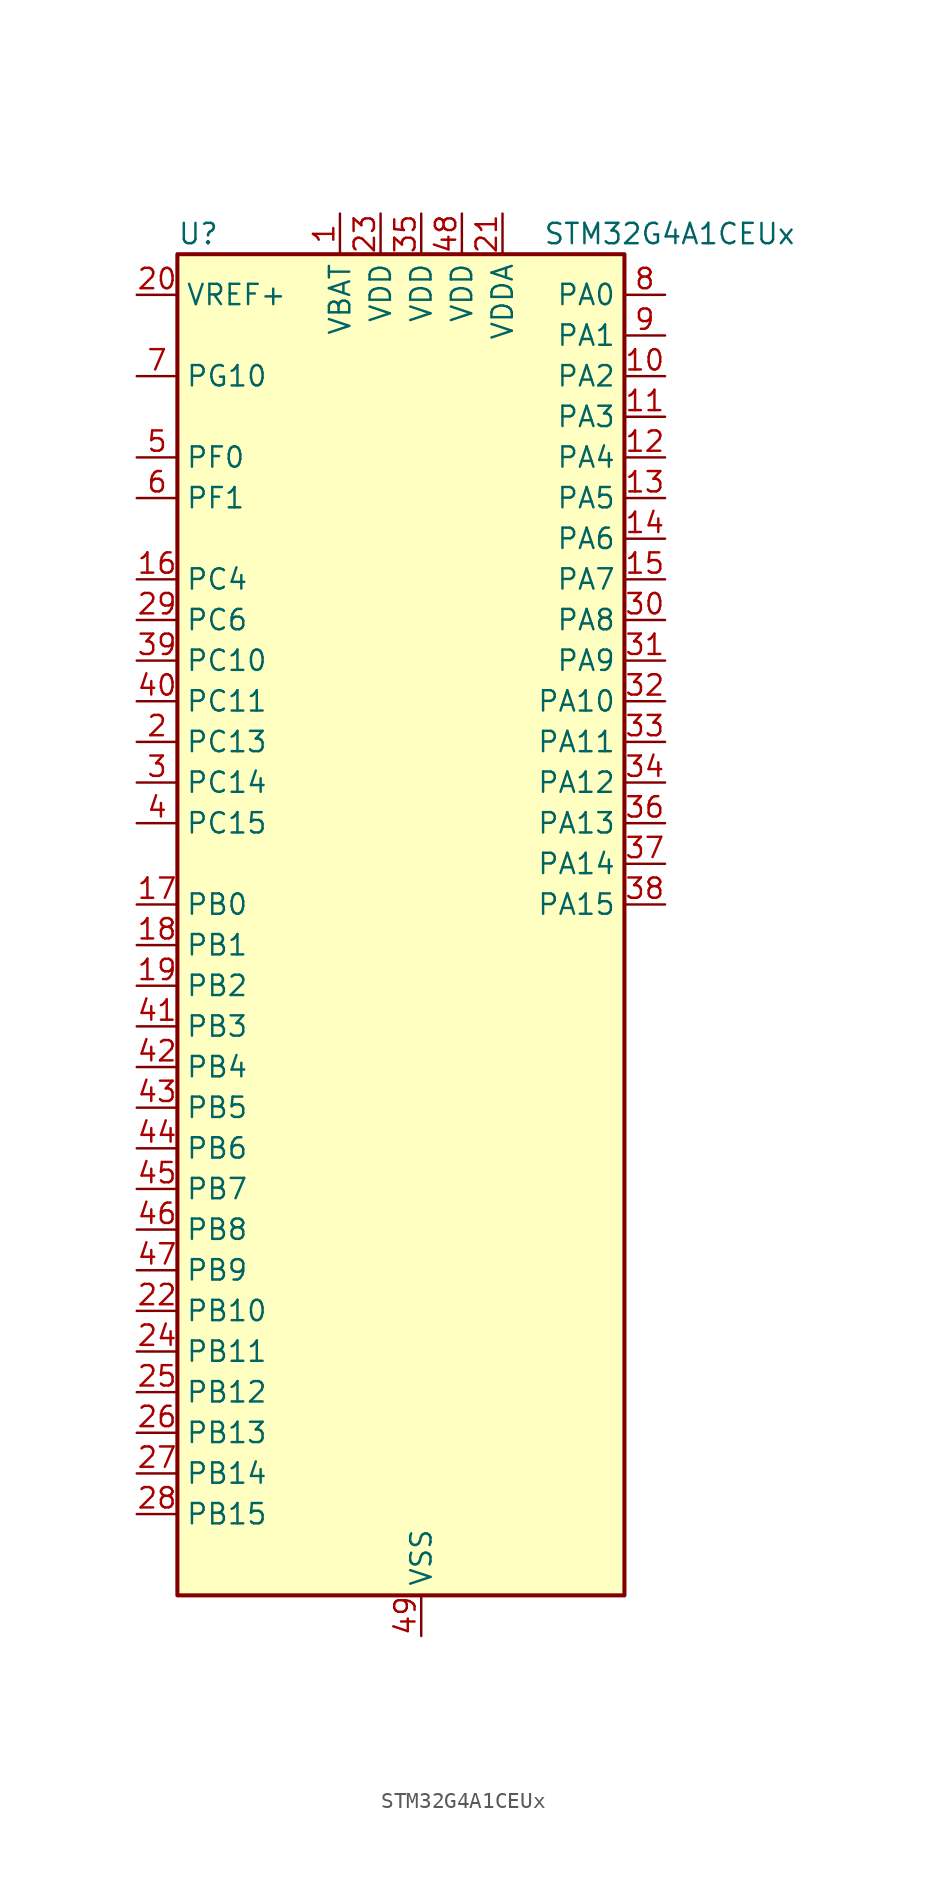
<source format=kicad_sym>
(kicad_symbol_lib
  (version 20231120)
  (generator "kicad_symbol_editor")
  (generator_version "8.0")
  (symbol "STM32G4A1CEUx"
    (property "Reference" "U"
      (at -12.7 44.45 0)
      (effects (font (size 1.27 1.27)) (justify left)))
    (property "Value" "STM32G4A1CEUx"
      (at 10.16 44.45 0)
      (effects (font (size 1.27 1.27)) (justify left)))
    (property "ki_locked" ""
      (at 0 0 0)
      (effects (font (size 1.27 1.27))))
    (symbol "STM32G4A1CEUx_0_1"
      (rectangle (start -12.7 -40.64) (end 15.24 43.18) (stroke (width 0.254) (type default)) (fill (type background))))
    (symbol "STM32G4A1CEUx_1_1"
      (pin power_in line (at -2.54 45.72 270) (length 2.54) (name "VBAT" (effects (font (size 1.27 1.27)))) (number "1" (effects (font (size 1.27 1.27)))))
      (pin bidirectional line (at 17.78 35.56 180) (length 2.54) (name "PA2" (effects (font (size 1.27 1.27)))) (number "10" (effects (font (size 1.27 1.27)))) (alternate "ADC1_IN3" bidirectional line) (alternate "ADC3_EXTI2" bidirectional line) (alternate "COMP2_INM" bidirectional line) (alternate "COMP2_OUT" bidirectional line) (alternate "LPUART1_TX" bidirectional line) (alternate "OPAMP1_VOUT" bidirectional line) (alternate "QUADSPI1_BK1_NCS" bidirectional line) (alternate "RCC_LSCO" bidirectional line) (alternate "SYS_WKUP4" bidirectional line) (alternate "TIM15_CH1" bidirectional line) (alternate "TIM2_CH3" bidirectional line) (alternate "UCPD1_FRSTX1" bidirectional line) (alternate "UCPD1_FRSTX2" bidirectional line) (alternate "USART2_TX" bidirectional line))
      (pin bidirectional line (at 17.78 33.02 180) (length 2.54) (name "PA3" (effects (font (size 1.27 1.27)))) (number "11" (effects (font (size 1.27 1.27)))) (alternate "ADC1_IN4" bidirectional line) (alternate "ADC3_EXTI3" bidirectional line) (alternate "COMP2_INP" bidirectional line) (alternate "LPUART1_RX" bidirectional line) (alternate "OPAMP1_VINM" bidirectional line) (alternate "OPAMP1_VINM0" bidirectional line) (alternate "OPAMP1_VINM_SEC" bidirectional line) (alternate "OPAMP1_VINP" bidirectional line) (alternate "OPAMP1_VINP_SEC" bidirectional line) (alternate "QUADSPI1_CLK" bidirectional line) (alternate "SAI1_CK1" bidirectional line) (alternate "SAI1_MCLK_A" bidirectional line) (alternate "TIM15_CH2" bidirectional line) (alternate "TIM2_CH4" bidirectional line) (alternate "USART2_RX" bidirectional line))
      (pin bidirectional line (at 17.78 30.48 180) (length 2.54) (name "PA4" (effects (font (size 1.27 1.27)))) (number "12" (effects (font (size 1.27 1.27)))) (alternate "ADC2_IN17" bidirectional line) (alternate "COMP1_INM" bidirectional line) (alternate "DAC1_OUT1" bidirectional line) (alternate "I2S3_WS" bidirectional line) (alternate "SAI1_FS_B" bidirectional line) (alternate "SPI1_NSS" bidirectional line) (alternate "SPI3_NSS" bidirectional line) (alternate "TIM3_CH2" bidirectional line) (alternate "USART2_CK" bidirectional line))
      (pin bidirectional line (at 17.78 27.94 180) (length 2.54) (name "PA5" (effects (font (size 1.27 1.27)))) (number "13" (effects (font (size 1.27 1.27)))) (alternate "ADC2_IN13" bidirectional line) (alternate "COMP2_INM" bidirectional line) (alternate "DAC1_OUT2" bidirectional line) (alternate "OPAMP2_VINM" bidirectional line) (alternate "OPAMP2_VINM0" bidirectional line) (alternate "OPAMP2_VINM_SEC" bidirectional line) (alternate "SPI1_SCK" bidirectional line) (alternate "TIM2_CH1" bidirectional line) (alternate "TIM2_ETR" bidirectional line) (alternate "UCPD1_FRSTX1" bidirectional line) (alternate "UCPD1_FRSTX2" bidirectional line))
      (pin bidirectional line (at 17.78 25.4 180) (length 2.54) (name "PA6" (effects (font (size 1.27 1.27)))) (number "14" (effects (font (size 1.27 1.27)))) (alternate "ADC2_IN3" bidirectional line) (alternate "COMP1_OUT" bidirectional line) (alternate "LPUART1_CTS" bidirectional line) (alternate "OPAMP2_VOUT" bidirectional line) (alternate "QUADSPI1_BK1_IO3" bidirectional line) (alternate "SPI1_MISO" bidirectional line) (alternate "TIM16_CH1" bidirectional line) (alternate "TIM1_BKIN" bidirectional line) (alternate "TIM3_CH1" bidirectional line) (alternate "TIM8_BKIN" bidirectional line))
      (pin bidirectional line (at 17.78 22.86 180) (length 2.54) (name "PA7" (effects (font (size 1.27 1.27)))) (number "15" (effects (font (size 1.27 1.27)))) (alternate "ADC2_IN4" bidirectional line) (alternate "COMP2_INP" bidirectional line) (alternate "COMP2_OUT" bidirectional line) (alternate "OPAMP1_VINP" bidirectional line) (alternate "OPAMP1_VINP_SEC" bidirectional line) (alternate "OPAMP2_VINP" bidirectional line) (alternate "OPAMP2_VINP_SEC" bidirectional line) (alternate "QUADSPI1_BK1_IO2" bidirectional line) (alternate "SPI1_MOSI" bidirectional line) (alternate "TIM17_CH1" bidirectional line) (alternate "TIM1_CH1N" bidirectional line) (alternate "TIM3_CH2" bidirectional line) (alternate "TIM8_CH1N" bidirectional line) (alternate "UCPD1_FRSTX1" bidirectional line) (alternate "UCPD1_FRSTX2" bidirectional line))
      (pin bidirectional line (at -15.24 22.86 0) (length 2.54) (name "PC4" (effects (font (size 1.27 1.27)))) (number "16" (effects (font (size 1.27 1.27)))) (alternate "ADC2_IN5" bidirectional line) (alternate "I2C2_SCL" bidirectional line) (alternate "QUADSPI1_BK2_IO3" bidirectional line) (alternate "TIM1_ETR" bidirectional line) (alternate "USART1_TX" bidirectional line))
      (pin bidirectional line (at -15.24 2.54 0) (length 2.54) (name "PB0" (effects (font (size 1.27 1.27)))) (number "17" (effects (font (size 1.27 1.27)))) (alternate "ADC1_IN15" bidirectional line) (alternate "ADC3_IN12" bidirectional line) (alternate "COMP4_INP" bidirectional line) (alternate "OPAMP2_VINP" bidirectional line) (alternate "OPAMP2_VINP_SEC" bidirectional line) (alternate "OPAMP3_VINP" bidirectional line) (alternate "OPAMP3_VINP_SEC" bidirectional line) (alternate "QUADSPI1_BK1_IO1" bidirectional line) (alternate "TIM1_CH2N" bidirectional line) (alternate "TIM3_CH3" bidirectional line) (alternate "TIM8_CH2N" bidirectional line) (alternate "UCPD1_FRSTX1" bidirectional line) (alternate "UCPD1_FRSTX2" bidirectional line))
      (pin bidirectional line (at -15.24 0 0) (length 2.54) (name "PB1" (effects (font (size 1.27 1.27)))) (number "18" (effects (font (size 1.27 1.27)))) (alternate "ADC1_IN12" bidirectional line) (alternate "ADC3_IN1" bidirectional line) (alternate "COMP1_INP" bidirectional line) (alternate "COMP4_OUT" bidirectional line) (alternate "LPUART1_DE" bidirectional line) (alternate "LPUART1_RTS" bidirectional line) (alternate "OPAMP3_VOUT" bidirectional line) (alternate "OPAMP6_VINM" bidirectional line) (alternate "OPAMP6_VINM1" bidirectional line) (alternate "OPAMP6_VINM_SEC" bidirectional line) (alternate "QUADSPI1_BK1_IO0" bidirectional line) (alternate "TIM1_CH3N" bidirectional line) (alternate "TIM3_CH4" bidirectional line) (alternate "TIM8_CH3N" bidirectional line))
      (pin bidirectional line (at -15.24 -2.54 0) (length 2.54) (name "PB2" (effects (font (size 1.27 1.27)))) (number "19" (effects (font (size 1.27 1.27)))) (alternate "ADC2_IN12" bidirectional line) (alternate "ADC3_EXTI2" bidirectional line) (alternate "COMP4_INM" bidirectional line) (alternate "I2C3_SMBA" bidirectional line) (alternate "LPTIM1_OUT" bidirectional line) (alternate "OPAMP3_VINM" bidirectional line) (alternate "OPAMP3_VINM0" bidirectional line) (alternate "OPAMP3_VINM_SEC" bidirectional line) (alternate "QUADSPI1_BK2_IO1" bidirectional line) (alternate "RTC_OUT2" bidirectional line) (alternate "TIM20_CH1" bidirectional line))
      (pin bidirectional line (at -15.24 12.7 0) (length 2.54) (name "PC13" (effects (font (size 1.27 1.27)))) (number "2" (effects (font (size 1.27 1.27)))) (alternate "RTC_OUT1" bidirectional line) (alternate "RTC_TAMP1" bidirectional line) (alternate "RTC_TS" bidirectional line) (alternate "SYS_WKUP2" bidirectional line) (alternate "TIM1_BKIN" bidirectional line) (alternate "TIM1_CH1N" bidirectional line) (alternate "TIM8_CH4N" bidirectional line))
      (pin input line (at -15.24 40.64 0) (length 2.54) (name "VREF+" (effects (font (size 1.27 1.27)))) (number "20" (effects (font (size 1.27 1.27)))) (alternate "VREFBUF_OUT" bidirectional line))
      (pin power_in line (at 7.62 45.72 270) (length 2.54) (name "VDDA" (effects (font (size 1.27 1.27)))) (number "21" (effects (font (size 1.27 1.27)))))
      (pin bidirectional line (at -15.24 -22.86 0) (length 2.54) (name "PB10" (effects (font (size 1.27 1.27)))) (number "22" (effects (font (size 1.27 1.27)))) (alternate "DAC1_EXTI10" bidirectional line) (alternate "DAC3_EXTI10" bidirectional line) (alternate "LPUART1_RX" bidirectional line) (alternate "OPAMP3_VINM" bidirectional line) (alternate "OPAMP3_VINM1" bidirectional line) (alternate "OPAMP3_VINM_SEC" bidirectional line) (alternate "QUADSPI1_CLK" bidirectional line) (alternate "SAI1_SCK_A" bidirectional line) (alternate "TIM1_BKIN" bidirectional line) (alternate "TIM2_CH3" bidirectional line) (alternate "USART3_TX" bidirectional line))
      (pin power_in line (at 0 45.72 270) (length 2.54) (name "VDD" (effects (font (size 1.27 1.27)))) (number "23" (effects (font (size 1.27 1.27)))))
      (pin bidirectional line (at -15.24 -25.4 0) (length 2.54) (name "PB11" (effects (font (size 1.27 1.27)))) (number "24" (effects (font (size 1.27 1.27)))) (alternate "ADC1_EXTI11" bidirectional line) (alternate "ADC1_IN14" bidirectional line) (alternate "ADC2_EXTI11" bidirectional line) (alternate "ADC2_IN14" bidirectional line) (alternate "LPUART1_TX" bidirectional line) (alternate "OPAMP6_VOUT" bidirectional line) (alternate "QUADSPI1_BK1_NCS" bidirectional line) (alternate "TIM2_CH4" bidirectional line) (alternate "USART3_RX" bidirectional line))
      (pin bidirectional line (at -15.24 -27.94 0) (length 2.54) (name "PB12" (effects (font (size 1.27 1.27)))) (number "25" (effects (font (size 1.27 1.27)))) (alternate "ADC1_IN11" bidirectional line) (alternate "FDCAN2_RX" bidirectional line) (alternate "I2C2_SMBA" bidirectional line) (alternate "I2S2_WS" bidirectional line) (alternate "LPUART1_DE" bidirectional line) (alternate "LPUART1_RTS" bidirectional line) (alternate "OPAMP6_VINP" bidirectional line) (alternate "OPAMP6_VINP_SEC" bidirectional line) (alternate "SPI2_NSS" bidirectional line) (alternate "TIM1_BKIN" bidirectional line) (alternate "USART3_CK" bidirectional line))
      (pin bidirectional line (at -15.24 -30.48 0) (length 2.54) (name "PB13" (effects (font (size 1.27 1.27)))) (number "26" (effects (font (size 1.27 1.27)))) (alternate "ADC3_IN5" bidirectional line) (alternate "FDCAN2_TX" bidirectional line) (alternate "I2S2_CK" bidirectional line) (alternate "LPUART1_CTS" bidirectional line) (alternate "OPAMP3_VINP" bidirectional line) (alternate "OPAMP3_VINP_SEC" bidirectional line) (alternate "OPAMP6_VINP" bidirectional line) (alternate "OPAMP6_VINP_SEC" bidirectional line) (alternate "SPI2_SCK" bidirectional line) (alternate "TIM1_CH1N" bidirectional line) (alternate "USART3_CTS" bidirectional line) (alternate "USART3_NSS" bidirectional line))
      (pin bidirectional line (at -15.24 -33.02 0) (length 2.54) (name "PB14" (effects (font (size 1.27 1.27)))) (number "27" (effects (font (size 1.27 1.27)))) (alternate "ADC1_IN5" bidirectional line) (alternate "COMP4_OUT" bidirectional line) (alternate "OPAMP2_VINP" bidirectional line) (alternate "OPAMP2_VINP_SEC" bidirectional line) (alternate "SPI2_MISO" bidirectional line) (alternate "TIM15_CH1" bidirectional line) (alternate "TIM1_CH2N" bidirectional line) (alternate "USART3_DE" bidirectional line) (alternate "USART3_RTS" bidirectional line))
      (pin bidirectional line (at -15.24 -35.56 0) (length 2.54) (name "PB15" (effects (font (size 1.27 1.27)))) (number "28" (effects (font (size 1.27 1.27)))) (alternate "ADC1_EXTI15" bidirectional line) (alternate "ADC2_EXTI15" bidirectional line) (alternate "ADC2_IN15" bidirectional line) (alternate "COMP3_OUT" bidirectional line) (alternate "I2S2_SD" bidirectional line) (alternate "RTC_REFIN" bidirectional line) (alternate "SPI2_MOSI" bidirectional line) (alternate "TIM15_CH1N" bidirectional line) (alternate "TIM15_CH2" bidirectional line) (alternate "TIM1_CH3N" bidirectional line))
      (pin bidirectional line (at -15.24 20.32 0) (length 2.54) (name "PC6" (effects (font (size 1.27 1.27)))) (number "29" (effects (font (size 1.27 1.27)))) (alternate "I2S2_MCK" bidirectional line) (alternate "TIM3_CH1" bidirectional line) (alternate "TIM8_CH1" bidirectional line))
      (pin bidirectional line (at -15.24 10.16 0) (length 2.54) (name "PC14" (effects (font (size 1.27 1.27)))) (number "3" (effects (font (size 1.27 1.27)))) (alternate "RCC_OSC32_IN" bidirectional line))
      (pin bidirectional line (at 17.78 20.32 180) (length 2.54) (name "PA8" (effects (font (size 1.27 1.27)))) (number "30" (effects (font (size 1.27 1.27)))) (alternate "I2C2_SDA" bidirectional line) (alternate "I2C3_SCL" bidirectional line) (alternate "I2S2_MCK" bidirectional line) (alternate "RCC_MCO" bidirectional line) (alternate "SAI1_CK2" bidirectional line) (alternate "SAI1_SCK_A" bidirectional line) (alternate "TIM1_CH1" bidirectional line) (alternate "TIM4_ETR" bidirectional line) (alternate "USART1_CK" bidirectional line))
      (pin bidirectional line (at 17.78 17.78 180) (length 2.54) (name "PA9" (effects (font (size 1.27 1.27)))) (number "31" (effects (font (size 1.27 1.27)))) (alternate "DAC1_EXTI9" bidirectional line) (alternate "DAC3_EXTI9" bidirectional line) (alternate "I2C2_SCL" bidirectional line) (alternate "I2C3_SMBA" bidirectional line) (alternate "I2S3_MCK" bidirectional line) (alternate "SAI1_FS_A" bidirectional line) (alternate "TIM15_BKIN" bidirectional line) (alternate "TIM1_CH2" bidirectional line) (alternate "TIM2_CH3" bidirectional line) (alternate "UCPD1_DBCC1" bidirectional line) (alternate "USART1_TX" bidirectional line))
      (pin bidirectional line (at 17.78 15.24 180) (length 2.54) (name "PA10" (effects (font (size 1.27 1.27)))) (number "32" (effects (font (size 1.27 1.27)))) (alternate "CRS_SYNC" bidirectional line) (alternate "DAC1_EXTI10" bidirectional line) (alternate "DAC3_EXTI10" bidirectional line) (alternate "I2C2_SMBA" bidirectional line) (alternate "SAI1_D1" bidirectional line) (alternate "SAI1_SD_A" bidirectional line) (alternate "SPI2_MISO" bidirectional line) (alternate "TIM17_BKIN" bidirectional line) (alternate "TIM1_CH3" bidirectional line) (alternate "TIM2_CH4" bidirectional line) (alternate "TIM8_BKIN" bidirectional line) (alternate "UCPD1_DBCC2" bidirectional line) (alternate "USART1_RX" bidirectional line))
      (pin bidirectional line (at 17.78 12.7 180) (length 2.54) (name "PA11" (effects (font (size 1.27 1.27)))) (number "33" (effects (font (size 1.27 1.27)))) (alternate "ADC1_EXTI11" bidirectional line) (alternate "ADC2_EXTI11" bidirectional line) (alternate "COMP1_OUT" bidirectional line) (alternate "FDCAN1_RX" bidirectional line) (alternate "I2S2_SD" bidirectional line) (alternate "SPI2_MOSI" bidirectional line) (alternate "TIM1_BKIN2" bidirectional line) (alternate "TIM1_CH1N" bidirectional line) (alternate "TIM1_CH4" bidirectional line) (alternate "TIM4_CH1" bidirectional line) (alternate "USART1_CTS" bidirectional line) (alternate "USART1_NSS" bidirectional line) (alternate "USB_DM" bidirectional line))
      (pin bidirectional line (at 17.78 10.16 180) (length 2.54) (name "PA12" (effects (font (size 1.27 1.27)))) (number "34" (effects (font (size 1.27 1.27)))) (alternate "COMP2_OUT" bidirectional line) (alternate "FDCAN1_TX" bidirectional line) (alternate "I2S_CKIN" bidirectional line) (alternate "TIM16_CH1" bidirectional line) (alternate "TIM1_CH2N" bidirectional line) (alternate "TIM1_ETR" bidirectional line) (alternate "TIM4_CH2" bidirectional line) (alternate "USART1_DE" bidirectional line) (alternate "USART1_RTS" bidirectional line) (alternate "USB_DP" bidirectional line))
      (pin power_in line (at 2.54 45.72 270) (length 2.54) (name "VDD" (effects (font (size 1.27 1.27)))) (number "35" (effects (font (size 1.27 1.27)))))
      (pin bidirectional line (at 17.78 7.62 180) (length 2.54) (name "PA13" (effects (font (size 1.27 1.27)))) (number "36" (effects (font (size 1.27 1.27)))) (alternate "I2C1_SCL" bidirectional line) (alternate "IR_OUT" bidirectional line) (alternate "SAI1_SD_B" bidirectional line) (alternate "SYS_JTMS-SWDIO" bidirectional line) (alternate "TIM16_CH1N" bidirectional line) (alternate "TIM4_CH3" bidirectional line) (alternate "USART3_CTS" bidirectional line) (alternate "USART3_NSS" bidirectional line))
      (pin bidirectional line (at 17.78 5.08 180) (length 2.54) (name "PA14" (effects (font (size 1.27 1.27)))) (number "37" (effects (font (size 1.27 1.27)))) (alternate "I2C1_SDA" bidirectional line) (alternate "LPTIM1_OUT" bidirectional line) (alternate "SAI1_FS_B" bidirectional line) (alternate "SYS_JTCK-SWCLK" bidirectional line) (alternate "TIM1_BKIN" bidirectional line) (alternate "TIM8_CH2" bidirectional line) (alternate "USART2_TX" bidirectional line))
      (pin bidirectional line (at 17.78 2.54 180) (length 2.54) (name "PA15" (effects (font (size 1.27 1.27)))) (number "38" (effects (font (size 1.27 1.27)))) (alternate "ADC1_EXTI15" bidirectional line) (alternate "ADC2_EXTI15" bidirectional line) (alternate "I2C1_SCL" bidirectional line) (alternate "I2S3_WS" bidirectional line) (alternate "SPI1_NSS" bidirectional line) (alternate "SPI3_NSS" bidirectional line) (alternate "SYS_JTDI" bidirectional line) (alternate "TIM1_BKIN" bidirectional line) (alternate "TIM20_ETR" bidirectional line) (alternate "TIM2_CH1" bidirectional line) (alternate "TIM2_ETR" bidirectional line) (alternate "TIM8_CH1" bidirectional line) (alternate "USART2_RX" bidirectional line))
      (pin bidirectional line (at -15.24 17.78 0) (length 2.54) (name "PC10" (effects (font (size 1.27 1.27)))) (number "39" (effects (font (size 1.27 1.27)))) (alternate "DAC1_EXTI10" bidirectional line) (alternate "DAC3_EXTI10" bidirectional line) (alternate "I2S3_CK" bidirectional line) (alternate "SPI3_SCK" bidirectional line) (alternate "TIM8_CH1N" bidirectional line) (alternate "USART3_TX" bidirectional line))
      (pin bidirectional line (at -15.24 7.62 0) (length 2.54) (name "PC15" (effects (font (size 1.27 1.27)))) (number "4" (effects (font (size 1.27 1.27)))) (alternate "ADC1_EXTI15" bidirectional line) (alternate "ADC2_EXTI15" bidirectional line) (alternate "RCC_OSC32_OUT" bidirectional line))
      (pin bidirectional line (at -15.24 15.24 0) (length 2.54) (name "PC11" (effects (font (size 1.27 1.27)))) (number "40" (effects (font (size 1.27 1.27)))) (alternate "ADC1_EXTI11" bidirectional line) (alternate "ADC2_EXTI11" bidirectional line) (alternate "I2C3_SDA" bidirectional line) (alternate "SPI3_MISO" bidirectional line) (alternate "TIM8_CH2N" bidirectional line) (alternate "USART3_RX" bidirectional line))
      (pin bidirectional line (at -15.24 -5.08 0) (length 2.54) (name "PB3" (effects (font (size 1.27 1.27)))) (number "41" (effects (font (size 1.27 1.27)))) (alternate "ADC3_EXTI3" bidirectional line) (alternate "CRS_SYNC" bidirectional line) (alternate "I2S3_CK" bidirectional line) (alternate "SAI1_SCK_B" bidirectional line) (alternate "SPI1_SCK" bidirectional line) (alternate "SPI3_SCK" bidirectional line) (alternate "SYS_JTDO-SWO" bidirectional line) (alternate "TIM2_CH2" bidirectional line) (alternate "TIM3_ETR" bidirectional line) (alternate "TIM4_ETR" bidirectional line) (alternate "TIM8_CH1N" bidirectional line) (alternate "USART2_TX" bidirectional line))
      (pin bidirectional line (at -15.24 -7.62 0) (length 2.54) (name "PB4" (effects (font (size 1.27 1.27)))) (number "42" (effects (font (size 1.27 1.27)))) (alternate "SAI1_MCLK_B" bidirectional line) (alternate "SPI1_MISO" bidirectional line) (alternate "SPI3_MISO" bidirectional line) (alternate "SYS_JTRST" bidirectional line) (alternate "TIM16_CH1" bidirectional line) (alternate "TIM17_BKIN" bidirectional line) (alternate "TIM3_CH1" bidirectional line) (alternate "TIM8_CH2N" bidirectional line) (alternate "UCPD1_CC2" bidirectional line) (alternate "USART2_RX" bidirectional line))
      (pin bidirectional line (at -15.24 -10.16 0) (length 2.54) (name "PB5" (effects (font (size 1.27 1.27)))) (number "43" (effects (font (size 1.27 1.27)))) (alternate "FDCAN2_RX" bidirectional line) (alternate "I2C1_SMBA" bidirectional line) (alternate "I2C3_SDA" bidirectional line) (alternate "I2S3_SD" bidirectional line) (alternate "LPTIM1_IN1" bidirectional line) (alternate "SAI1_SD_B" bidirectional line) (alternate "SPI1_MOSI" bidirectional line) (alternate "SPI3_MOSI" bidirectional line) (alternate "TIM16_BKIN" bidirectional line) (alternate "TIM17_CH1" bidirectional line) (alternate "TIM3_CH2" bidirectional line) (alternate "TIM8_CH3N" bidirectional line) (alternate "USART2_CK" bidirectional line))
      (pin bidirectional line (at -15.24 -12.7 0) (length 2.54) (name "PB6" (effects (font (size 1.27 1.27)))) (number "44" (effects (font (size 1.27 1.27)))) (alternate "COMP4_OUT" bidirectional line) (alternate "FDCAN2_TX" bidirectional line) (alternate "LPTIM1_ETR" bidirectional line) (alternate "SAI1_FS_B" bidirectional line) (alternate "TIM16_CH1N" bidirectional line) (alternate "TIM4_CH1" bidirectional line) (alternate "TIM8_BKIN2" bidirectional line) (alternate "TIM8_CH1" bidirectional line) (alternate "TIM8_ETR" bidirectional line) (alternate "UCPD1_CC1" bidirectional line) (alternate "USART1_TX" bidirectional line))
      (pin bidirectional line (at -15.24 -15.24 0) (length 2.54) (name "PB7" (effects (font (size 1.27 1.27)))) (number "45" (effects (font (size 1.27 1.27)))) (alternate "COMP3_OUT" bidirectional line) (alternate "I2C1_SDA" bidirectional line) (alternate "LPTIM1_IN2" bidirectional line) (alternate "SYS_PVD_IN" bidirectional line) (alternate "TIM17_CH1N" bidirectional line) (alternate "TIM3_CH4" bidirectional line) (alternate "TIM4_CH2" bidirectional line) (alternate "TIM8_BKIN" bidirectional line) (alternate "USART1_RX" bidirectional line))
      (pin bidirectional line (at -15.24 -17.78 0) (length 2.54) (name "PB8" (effects (font (size 1.27 1.27)))) (number "46" (effects (font (size 1.27 1.27)))) (alternate "COMP1_OUT" bidirectional line) (alternate "FDCAN1_RX" bidirectional line) (alternate "I2C1_SCL" bidirectional line) (alternate "SAI1_CK1" bidirectional line) (alternate "SAI1_MCLK_A" bidirectional line) (alternate "TIM16_CH1" bidirectional line) (alternate "TIM1_BKIN" bidirectional line) (alternate "TIM4_CH3" bidirectional line) (alternate "TIM8_CH2" bidirectional line) (alternate "USART3_RX" bidirectional line))
      (pin bidirectional line (at -15.24 -20.32 0) (length 2.54) (name "PB9" (effects (font (size 1.27 1.27)))) (number "47" (effects (font (size 1.27 1.27)))) (alternate "COMP2_OUT" bidirectional line) (alternate "DAC1_EXTI9" bidirectional line) (alternate "DAC3_EXTI9" bidirectional line) (alternate "FDCAN1_TX" bidirectional line) (alternate "I2C1_SDA" bidirectional line) (alternate "IR_OUT" bidirectional line) (alternate "SAI1_D2" bidirectional line) (alternate "SAI1_FS_A" bidirectional line) (alternate "TIM17_CH1" bidirectional line) (alternate "TIM1_CH3N" bidirectional line) (alternate "TIM4_CH4" bidirectional line) (alternate "TIM8_CH3" bidirectional line) (alternate "USART3_TX" bidirectional line))
      (pin power_in line (at 5.08 45.72 270) (length 2.54) (name "VDD" (effects (font (size 1.27 1.27)))) (number "48" (effects (font (size 1.27 1.27)))))
      (pin power_in line (at 2.54 -43.18 90) (length 2.54) (name "VSS" (effects (font (size 1.27 1.27)))) (number "49" (effects (font (size 1.27 1.27)))))
      (pin bidirectional line (at -15.24 30.48 0) (length 2.54) (name "PF0" (effects (font (size 1.27 1.27)))) (number "5" (effects (font (size 1.27 1.27)))) (alternate "ADC1_IN10" bidirectional line) (alternate "I2C2_SDA" bidirectional line) (alternate "I2S2_WS" bidirectional line) (alternate "RCC_OSC_IN" bidirectional line) (alternate "SPI2_NSS" bidirectional line) (alternate "TIM1_CH3N" bidirectional line))
      (pin bidirectional line (at -15.24 27.94 0) (length 2.54) (name "PF1" (effects (font (size 1.27 1.27)))) (number "6" (effects (font (size 1.27 1.27)))) (alternate "ADC2_IN10" bidirectional line) (alternate "COMP3_INM" bidirectional line) (alternate "I2S2_CK" bidirectional line) (alternate "RCC_OSC_OUT" bidirectional line) (alternate "SPI2_SCK" bidirectional line))
      (pin bidirectional line (at -15.24 35.56 0) (length 2.54) (name "PG10" (effects (font (size 1.27 1.27)))) (number "7" (effects (font (size 1.27 1.27)))) (alternate "DAC1_EXTI10" bidirectional line) (alternate "DAC3_EXTI10" bidirectional line) (alternate "RCC_MCO" bidirectional line))
      (pin bidirectional line (at 17.78 40.64 180) (length 2.54) (name "PA0" (effects (font (size 1.27 1.27)))) (number "8" (effects (font (size 1.27 1.27)))) (alternate "ADC1_IN1" bidirectional line) (alternate "ADC2_IN1" bidirectional line) (alternate "COMP1_INM" bidirectional line) (alternate "COMP1_OUT" bidirectional line) (alternate "COMP3_INP" bidirectional line) (alternate "RTC_TAMP2" bidirectional line) (alternate "SYS_WKUP1" bidirectional line) (alternate "TIM2_CH1" bidirectional line) (alternate "TIM2_ETR" bidirectional line) (alternate "TIM8_BKIN" bidirectional line) (alternate "TIM8_ETR" bidirectional line) (alternate "USART2_CTS" bidirectional line) (alternate "USART2_NSS" bidirectional line))
      (pin bidirectional line (at 17.78 38.1 180) (length 2.54) (name "PA1" (effects (font (size 1.27 1.27)))) (number "9" (effects (font (size 1.27 1.27)))) (alternate "ADC1_IN2" bidirectional line) (alternate "ADC2_IN2" bidirectional line) (alternate "COMP1_INP" bidirectional line) (alternate "OPAMP1_VINP" bidirectional line) (alternate "OPAMP1_VINP_SEC" bidirectional line) (alternate "OPAMP3_VINP" bidirectional line) (alternate "OPAMP3_VINP_SEC" bidirectional line) (alternate "OPAMP6_VINM" bidirectional line) (alternate "OPAMP6_VINM0" bidirectional line) (alternate "OPAMP6_VINM_SEC" bidirectional line) (alternate "RTC_REFIN" bidirectional line) (alternate "TIM15_CH1N" bidirectional line) (alternate "TIM2_CH2" bidirectional line) (alternate "USART2_DE" bidirectional line) (alternate "USART2_RTS" bidirectional line)))))
</source>
